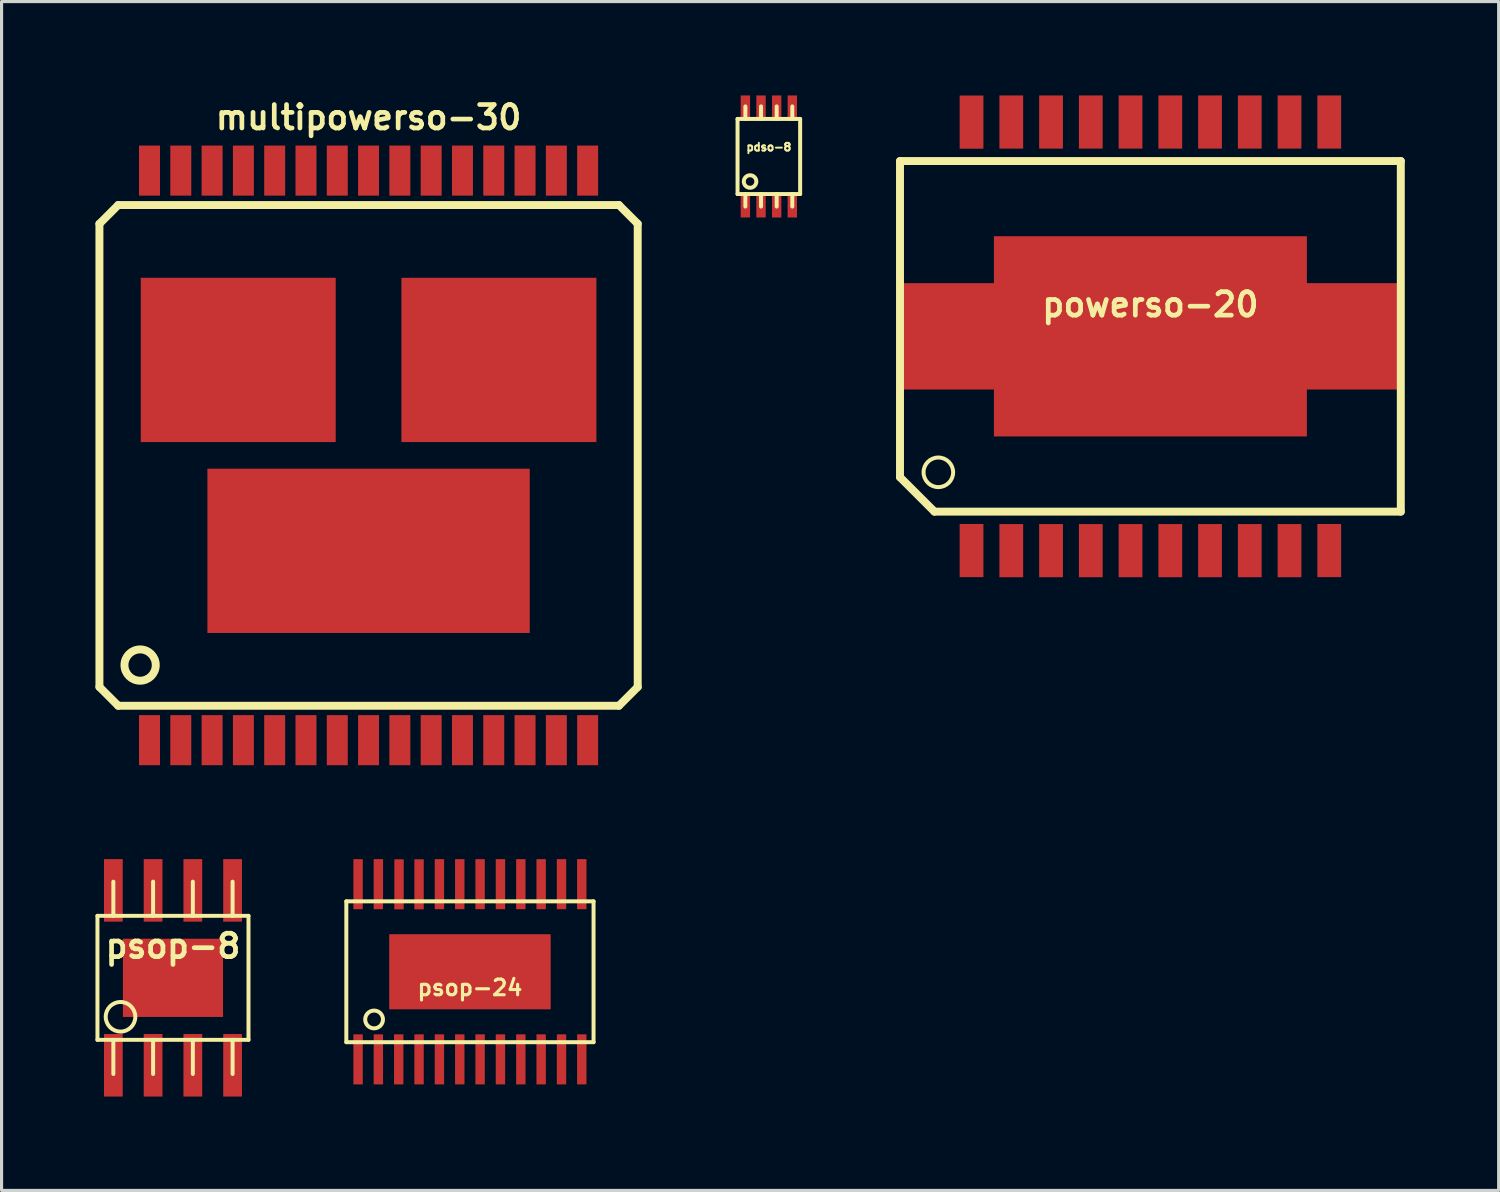
<source format=kicad_pcb>
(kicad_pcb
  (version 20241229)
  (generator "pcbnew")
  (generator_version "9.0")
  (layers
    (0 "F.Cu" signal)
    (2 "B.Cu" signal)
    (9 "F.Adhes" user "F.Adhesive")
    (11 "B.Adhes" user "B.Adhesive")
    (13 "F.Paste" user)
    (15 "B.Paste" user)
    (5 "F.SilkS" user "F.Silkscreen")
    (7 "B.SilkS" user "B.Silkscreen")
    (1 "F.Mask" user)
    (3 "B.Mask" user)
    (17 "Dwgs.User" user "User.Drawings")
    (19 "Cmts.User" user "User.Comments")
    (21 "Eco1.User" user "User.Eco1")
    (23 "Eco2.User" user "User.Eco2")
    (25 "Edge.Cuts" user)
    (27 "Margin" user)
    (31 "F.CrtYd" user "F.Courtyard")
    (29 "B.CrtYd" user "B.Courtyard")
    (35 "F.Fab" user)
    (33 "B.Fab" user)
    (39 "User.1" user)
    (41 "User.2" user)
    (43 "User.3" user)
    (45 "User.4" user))
  (footprint "powerso-20"
    (layer "F.Cu")
    (at 33.709 7.697)
    (property "Reference" "powerso-20" (at 0 -1.016 0) (layer "F.SilkS") (effects (font (size 0.749 0.749) (thickness 0.15))))
    (attr through_hole)
    (fp_line (start -8.001 -5.601) (end 8.001 -5.601) (stroke (width 0.254) (type solid)) (layer "F.SilkS"))
    (fp_line (start -8.001 4.501) (end -8.001 -5.601) (stroke (width 0.254) (type solid)) (layer "F.SilkS"))
    (fp_line (start -6.901 5.601) (end -8.001 4.501) (stroke (width 0.254) (type solid)) (layer "F.SilkS"))
    (fp_line (start -6.901 5.601) (end 8.001 5.601) (stroke (width 0.254) (type solid)) (layer "F.SilkS"))
    (fp_line (start 8.001 -5.601) (end 8.001 5.601) (stroke (width 0.254) (type solid)) (layer "F.SilkS"))
    (fp_circle (center -6.776 4.345) (end -7.056 4.726) (stroke (width 0.127) (type solid)) (fill no) (layer "F.SilkS"))
    (pad "1" smd rect (at -5.715 6.845) (size 0.759 1.699) (layers "F.Cu" "F.Mask" "F.Paste"))
    (pad "2" smd rect (at -4.445 6.848) (size 0.759 1.699) (layers "F.Cu" "F.Mask" "F.Paste"))
    (pad "3" smd rect (at -3.175 6.848) (size 0.759 1.699) (layers "F.Cu" "F.Mask" "F.Paste"))
    (pad "4" smd rect (at -1.905 6.848) (size 0.759 1.699) (layers "F.Cu" "F.Mask" "F.Paste"))
    (pad "5" smd rect (at -0.635 6.848) (size 0.759 1.699) (layers "F.Cu" "F.Mask" "F.Paste"))
    (pad "6" smd rect (at 0.635 6.848) (size 0.759 1.699) (layers "F.Cu" "F.Mask" "F.Paste"))
    (pad "7" smd rect (at 1.905 6.848) (size 0.759 1.699) (layers "F.Cu" "F.Mask" "F.Paste"))
    (pad "8" smd rect (at 3.175 6.848) (size 0.759 1.699) (layers "F.Cu" "F.Mask" "F.Paste"))
    (pad "9" smd rect (at 4.445 6.848) (size 0.759 1.699) (layers "F.Cu" "F.Mask" "F.Paste"))
    (pad "10" smd rect (at 5.715 6.845) (size 0.759 1.699) (layers "F.Cu" "F.Mask" "F.Paste"))
    (pad "11" smd rect (at 5.715 -6.848) (size 0.759 1.699) (layers "F.Cu" "F.Mask" "F.Paste"))
    (pad "12" smd rect (at 4.445 -6.848) (size 0.759 1.699) (layers "F.Cu" "F.Mask" "F.Paste"))
    (pad "13" smd rect (at 3.175 -6.848) (size 0.759 1.699) (layers "F.Cu" "F.Mask" "F.Paste"))
    (pad "14" smd rect (at 1.905 -6.848) (size 0.759 1.699) (layers "F.Cu" "F.Mask" "F.Paste"))
    (pad "15" smd rect (at 0.635 -6.848) (size 0.759 1.699) (layers "F.Cu" "F.Mask" "F.Paste"))
    (pad "16" smd rect (at -0.635 -6.848) (size 0.759 1.699) (layers "F.Cu" "F.Mask" "F.Paste"))
    (pad "17" smd rect (at -1.905 -6.848) (size 0.759 1.699) (layers "F.Cu" "F.Mask" "F.Paste"))
    (pad "18" smd rect (at -3.175 -6.848) (size 0.759 1.699) (layers "F.Cu" "F.Mask" "F.Paste"))
    (pad "19" smd rect (at -4.445 -6.848) (size 0.759 1.699) (layers "F.Cu" "F.Mask" "F.Paste"))
    (pad "20" smd rect (at -5.715 -6.845) (size 0.759 1.699) (layers "F.Cu" "F.Mask" "F.Paste"))
    (pad "21" smd rect (at 0 0) (size 10 6.398) (layers "F.Cu" "F.Mask" "F.Paste"))
    (pad "21" smd rect (at 0 0) (size 16.099 3.399) (layers "F.Cu" "F.Mask" "F.Paste")))
  (footprint "psop-8"
    (layer "F.Cu")
    (at 2.477 28.195)
    (property "Reference" "psop-8" (at 0 -1.016 0) (layer "F.SilkS") (effects (font (size 0.749 0.749) (thickness 0.15))))
    (attr through_hole)
    (fp_line (start -2.413 -1.981) (end -2.413 1.981) (stroke (width 0.127) (type solid)) (layer "F.SilkS"))
    (fp_line (start -2.413 1.981) (end 2.413 1.981) (stroke (width 0.127) (type solid)) (layer "F.SilkS"))
    (fp_line (start -1.905 -1.981) (end -1.905 -3.073) (stroke (width 0.127) (type solid)) (layer "F.SilkS"))
    (fp_line (start -1.905 3.073) (end -1.905 1.981) (stroke (width 0.127) (type solid)) (layer "F.SilkS"))
    (fp_line (start -0.635 -1.981) (end -0.635 -3.073) (stroke (width 0.127) (type solid)) (layer "F.SilkS"))
    (fp_line (start -0.635 3.073) (end -0.635 1.981) (stroke (width 0.127) (type solid)) (layer "F.SilkS"))
    (fp_line (start 0.635 -1.981) (end 0.635 -3.073) (stroke (width 0.127) (type solid)) (layer "F.SilkS"))
    (fp_line (start 0.635 3.073) (end 0.635 1.981) (stroke (width 0.127) (type solid)) (layer "F.SilkS"))
    (fp_line (start 1.905 -3.073) (end 1.905 -1.981) (stroke (width 0.127) (type solid)) (layer "F.SilkS"))
    (fp_line (start 1.905 1.981) (end 1.905 3.073) (stroke (width 0.127) (type solid)) (layer "F.SilkS"))
    (fp_line (start 2.413 -1.981) (end -2.413 -1.981) (stroke (width 0.127) (type solid)) (layer "F.SilkS"))
    (fp_line (start 2.413 1.981) (end 2.413 -1.981) (stroke (width 0.127) (type solid)) (layer "F.SilkS"))
    (fp_circle (center -1.676 1.245) (end -1.956 1.626) (stroke (width 0.127) (type solid)) (fill no) (layer "F.SilkS"))
    (pad "1" smd rect (at -1.905 2.794) (size 0.599 1.999) (layers "F.Cu" "F.Mask" "F.Paste"))
    (pad "2" smd rect (at -0.635 2.794) (size 0.599 1.999) (layers "F.Cu" "F.Mask" "F.Paste"))
    (pad "3" smd rect (at 0.635 2.794) (size 0.599 1.999) (layers "F.Cu" "F.Mask" "F.Paste"))
    (pad "4" smd rect (at 1.905 2.794) (size 0.599 1.999) (layers "F.Cu" "F.Mask" "F.Paste"))
    (pad "5" smd rect (at 1.905 -2.794) (size 0.599 1.999) (layers "F.Cu" "F.Mask" "F.Paste"))
    (pad "6" smd rect (at 0.635 -2.794) (size 0.599 1.999) (layers "F.Cu" "F.Mask" "F.Paste"))
    (pad "7" smd rect (at -0.635 -2.794) (size 0.599 1.999) (layers "F.Cu" "F.Mask" "F.Paste"))
    (pad "8" smd rect (at -1.905 -2.794) (size 0.599 1.999) (layers "F.Cu" "F.Mask" "F.Paste"))
    (pad "9" smd rect (at 0 0) (size 3.2 2.499) (layers "F.Cu" "F.Mask" "F.Paste")))
  (footprint "psop-24"
    (layer "F.Cu")
    (at 11.966 28.001)
    (property "Reference" "psop-24" (at 0 0.508 0) (layer "F.SilkS") (effects (font (size 0.5 0.5) (thickness 0.099))))
    (attr through_hole)
    (fp_line (start -3.95 -2.25) (end -3.95 2.25) (stroke (width 0.127) (type solid)) (layer "F.SilkS"))
    (fp_line (start -3.95 2.25) (end 3.95 2.25) (stroke (width 0.127) (type solid)) (layer "F.SilkS"))
    (fp_line (start 3.95 -2.25) (end -3.95 -2.25) (stroke (width 0.127) (type solid)) (layer "F.SilkS"))
    (fp_line (start 3.95 2.25) (end 3.95 -2.25) (stroke (width 0.127) (type solid)) (layer "F.SilkS"))
    (fp_circle (center -3.063 1.524) (end -3.19 1.778) (stroke (width 0.127) (type solid)) (fill no) (layer "F.SilkS"))
    (pad "1" smd rect (at -3.574 2.799) (size 0.3 1.6) (layers "F.Cu" "F.Mask" "F.Paste"))
    (pad "2" smd rect (at -2.926 2.799) (size 0.3 1.6) (layers "F.Cu" "F.Mask" "F.Paste"))
    (pad "3" smd rect (at -2.276 2.799) (size 0.3 1.6) (layers "F.Cu" "F.Mask" "F.Paste"))
    (pad "4" smd rect (at -1.626 2.799) (size 0.3 1.6) (layers "F.Cu" "F.Mask" "F.Paste"))
    (pad "5" smd rect (at -0.975 2.799) (size 0.3 1.6) (layers "F.Cu" "F.Mask" "F.Paste"))
    (pad "6" smd rect (at -0.325 2.799) (size 0.3 1.6) (layers "F.Cu" "F.Mask" "F.Paste"))
    (pad "7" smd rect (at 0.325 2.799) (size 0.3 1.6) (layers "F.Cu" "F.Mask" "F.Paste"))
    (pad "8" smd rect (at 0.975 2.799) (size 0.3 1.6) (layers "F.Cu" "F.Mask" "F.Paste"))
    (pad "9" smd rect (at 1.626 2.799) (size 0.3 1.6) (layers "F.Cu" "F.Mask" "F.Paste"))
    (pad "10" smd rect (at 2.276 2.799) (size 0.3 1.6) (layers "F.Cu" "F.Mask" "F.Paste"))
    (pad "11" smd rect (at 2.926 2.799) (size 0.3 1.6) (layers "F.Cu" "F.Mask" "F.Paste"))
    (pad "12" smd rect (at 3.574 2.799) (size 0.3 1.6) (layers "F.Cu" "F.Mask" "F.Paste"))
    (pad "13" smd rect (at 3.574 -2.799) (size 0.3 1.6) (layers "F.Cu" "F.Mask" "F.Paste"))
    (pad "14" smd rect (at 2.926 -2.799) (size 0.3 1.6) (layers "F.Cu" "F.Mask" "F.Paste"))
    (pad "15" smd rect (at 2.276 -2.799) (size 0.3 1.6) (layers "F.Cu" "F.Mask" "F.Paste"))
    (pad "16" smd rect (at 1.626 -2.799) (size 0.3 1.6) (layers "F.Cu" "F.Mask" "F.Paste"))
    (pad "17" smd rect (at 0.975 -2.799) (size 0.3 1.6) (layers "F.Cu" "F.Mask" "F.Paste"))
    (pad "18" smd rect (at 0.325 -2.799) (size 0.3 1.6) (layers "F.Cu" "F.Mask" "F.Paste"))
    (pad "19" smd rect (at -0.325 -2.799) (size 0.3 1.6) (layers "F.Cu" "F.Mask" "F.Paste"))
    (pad "20" smd rect (at -0.975 -2.799) (size 0.3 1.6) (layers "F.Cu" "F.Mask" "F.Paste"))
    (pad "21" smd rect (at -1.626 -2.794) (size 0.3 1.6) (layers "F.Cu" "F.Mask" "F.Paste"))
    (pad "22" smd rect (at -2.266 -2.794) (size 0.3 1.6) (layers "F.Cu" "F.Mask" "F.Paste"))
    (pad "23" smd rect (at -2.926 -2.799) (size 0.3 1.6) (layers "F.Cu" "F.Mask" "F.Paste"))
    (pad "24" smd rect (at -3.574 -2.799) (size 0.3 1.6) (layers "F.Cu" "F.Mask" "F.Paste"))
    (pad "25" smd rect (at 0 0) (size 5.159 2.4) (layers "F.Cu" "F.Mask" "F.Paste")))
  (footprint "pdso-8"
    (layer "F.Cu")
    (at 21.517 1.95)
    (property "Reference" "pdso-8" (at 0 -0.3 0) (layer "F.SilkS") (effects (font (size 0.249 0.249) (thickness 0.061))))
    (attr through_hole)
    (fp_line (start -1 -1.2) (end 1 -1.2) (stroke (width 0.127) (type solid)) (layer "F.SilkS"))
    (fp_line (start -1 1.2) (end -1 -1.2) (stroke (width 0.127) (type solid)) (layer "F.SilkS"))
    (fp_line (start -0.75 -1.6) (end -0.75 -1.2) (stroke (width 0.127) (type solid)) (layer "F.SilkS"))
    (fp_line (start -0.75 1.2) (end -0.75 1.6) (stroke (width 0.127) (type solid)) (layer "F.SilkS"))
    (fp_line (start -0.25 -1.6) (end -0.25 -1.2) (stroke (width 0.127) (type solid)) (layer "F.SilkS"))
    (fp_line (start -0.25 1.2) (end -0.25 1.6) (stroke (width 0.127) (type solid)) (layer "F.SilkS"))
    (fp_line (start 0.25 -1.6) (end 0.25 -1.2) (stroke (width 0.127) (type solid)) (layer "F.SilkS"))
    (fp_line (start 0.25 1.2) (end 0.25 1.6) (stroke (width 0.127) (type solid)) (layer "F.SilkS"))
    (fp_line (start 0.75 -1.6) (end 0.75 -1.2) (stroke (width 0.127) (type solid)) (layer "F.SilkS"))
    (fp_line (start 0.75 1.2) (end 0.75 1.6) (stroke (width 0.127) (type solid)) (layer "F.SilkS"))
    (fp_line (start 1 -1.2) (end 1 1.2) (stroke (width 0.127) (type solid)) (layer "F.SilkS"))
    (fp_line (start 1 1.2) (end -1 1.2) (stroke (width 0.127) (type solid)) (layer "F.SilkS"))
    (fp_circle (center -0.6 0.8) (end -0.8 0.8) (stroke (width 0.127) (type solid)) (fill no) (layer "F.SilkS"))
    (pad "1" smd rect (at -0.75 1.55) (size 0.3 0.8) (layers "F.Cu" "F.Mask" "F.Paste"))
    (pad "2" smd rect (at -0.25 1.55) (size 0.3 0.8) (layers "F.Cu" "F.Mask" "F.Paste"))
    (pad "3" smd rect (at 0.25 1.55) (size 0.3 0.8) (layers "F.Cu" "F.Mask" "F.Paste"))
    (pad "4" smd rect (at 0.75 1.55) (size 0.3 0.8) (layers "F.Cu" "F.Mask" "F.Paste"))
    (pad "5" smd rect (at 0.75 -1.55) (size 0.3 0.8) (layers "F.Cu" "F.Mask" "F.Paste"))
    (pad "6" smd rect (at 0.25 -1.55) (size 0.3 0.8) (layers "F.Cu" "F.Mask" "F.Paste"))
    (pad "7" smd rect (at -0.25 -1.55) (size 0.3 0.8) (layers "F.Cu" "F.Mask" "F.Paste"))
    (pad "8" smd rect (at -0.75 -1.55) (size 0.3 0.8) (layers "F.Cu" "F.Mask" "F.Paste")))
  (footprint "multipowerso-30"
    (layer "F.Cu")
    (at 8.727 11.501)
    (property "Reference" "multipowerso-30" (at 0 -10.8 0) (layer "F.SilkS") (effects (font (size 0.749 0.749) (thickness 0.15))))
    (attr through_hole)
    (fp_line (start -8.6 -7.4) (end -8.6 7.4) (stroke (width 0.254) (type solid)) (layer "F.SilkS"))
    (fp_line (start -8.6 -7.4) (end -8 -8) (stroke (width 0.254) (type solid)) (layer "F.SilkS"))
    (fp_line (start -8.6 7.4) (end -8 8) (stroke (width 0.254) (type solid)) (layer "F.SilkS"))
    (fp_line (start -8 -8) (end 8 -8) (stroke (width 0.254) (type solid)) (layer "F.SilkS"))
    (fp_line (start -8 8) (end 8 8) (stroke (width 0.254) (type solid)) (layer "F.SilkS"))
    (fp_line (start 8 -8) (end 8.6 -7.4) (stroke (width 0.254) (type solid)) (layer "F.SilkS"))
    (fp_line (start 8 8) (end 8.6 7.4) (stroke (width 0.254) (type solid)) (layer "F.SilkS"))
    (fp_line (start 8.6 -7.4) (end 8.6 7.4) (stroke (width 0.254) (type solid)) (layer "F.SilkS"))
    (fp_circle (center -7.3 6.7) (end -6.8 6.7) (stroke (width 0.254) (type solid)) (fill no) (layer "F.SilkS"))
    (pad "1" smd rect (at -7 9.1) (size 0.67 1.6) (layers "F.Cu" "F.Mask" "F.Paste"))
    (pad "2" smd rect (at -6 9.1) (size 0.67 1.6) (layers "F.Cu" "F.Mask" "F.Paste"))
    (pad "3" smd rect (at -5 9.1) (size 0.67 1.6) (layers "F.Cu" "F.Mask" "F.Paste"))
    (pad "4" smd rect (at -4 9.1) (size 0.67 1.6) (layers "F.Cu" "F.Mask" "F.Paste"))
    (pad "5" smd rect (at -3 9.1) (size 0.67 1.6) (layers "F.Cu" "F.Mask" "F.Paste"))
    (pad "6" smd rect (at -2 9.1) (size 0.67 1.6) (layers "F.Cu" "F.Mask" "F.Paste"))
    (pad "7" smd rect (at -1 9.1) (size 0.67 1.6) (layers "F.Cu" "F.Mask" "F.Paste"))
    (pad "8" smd rect (at 0 9.1) (size 0.67 1.6) (layers "F.Cu" "F.Mask" "F.Paste"))
    (pad "9" smd rect (at 1 9.1) (size 0.67 1.6) (layers "F.Cu" "F.Mask" "F.Paste"))
    (pad "10" smd rect (at 2 9.1) (size 0.67 1.6) (layers "F.Cu" "F.Mask" "F.Paste"))
    (pad "11" smd rect (at 3 9.1) (size 0.67 1.6) (layers "F.Cu" "F.Mask" "F.Paste"))
    (pad "12" smd rect (at 4 9.1) (size 0.67 1.6) (layers "F.Cu" "F.Mask" "F.Paste"))
    (pad "13" smd rect (at 5 9.1) (size 0.67 1.6) (layers "F.Cu" "F.Mask" "F.Paste"))
    (pad "14" smd rect (at 6 9.1) (size 0.67 1.6) (layers "F.Cu" "F.Mask" "F.Paste"))
    (pad "15" smd rect (at 7 9.1) (size 0.67 1.6) (layers "F.Cu" "F.Mask" "F.Paste"))
    (pad "16" smd rect (at 7 -9.1) (size 0.67 1.6) (layers "F.Cu" "F.Mask" "F.Paste"))
    (pad "17" smd rect (at 6 -9.1) (size 0.67 1.6) (layers "F.Cu" "F.Mask" "F.Paste"))
    (pad "18" smd rect (at 5 -9.1) (size 0.67 1.6) (layers "F.Cu" "F.Mask" "F.Paste"))
    (pad "19" smd rect (at 4 -9.1) (size 0.67 1.6) (layers "F.Cu" "F.Mask" "F.Paste"))
    (pad "20" smd rect (at 3 -9.1) (size 0.67 1.6) (layers "F.Cu" "F.Mask" "F.Paste"))
    (pad "21" smd rect (at 2 -9.1) (size 0.67 1.6) (layers "F.Cu" "F.Mask" "F.Paste"))
    (pad "22" smd rect (at 1 -9.1) (size 0.67 1.6) (layers "F.Cu" "F.Mask" "F.Paste"))
    (pad "23" smd rect (at 0 -9.1) (size 0.67 1.6) (layers "F.Cu" "F.Mask" "F.Paste"))
    (pad "24" smd rect (at -1 -9.1) (size 0.67 1.6) (layers "F.Cu" "F.Mask" "F.Paste"))
    (pad "25" smd rect (at -2 -9.1) (size 0.67 1.6) (layers "F.Cu" "F.Mask" "F.Paste"))
    (pad "26" smd rect (at -3 -9.1) (size 0.67 1.6) (layers "F.Cu" "F.Mask" "F.Paste"))
    (pad "27" smd rect (at -4 -9.1) (size 0.67 1.6) (layers "F.Cu" "F.Mask" "F.Paste"))
    (pad "28" smd rect (at -5 -9.1) (size 0.67 1.6) (layers "F.Cu" "F.Mask" "F.Paste"))
    (pad "29" smd rect (at -6 -9.1) (size 0.67 1.6) (layers "F.Cu" "F.Mask" "F.Paste"))
    (pad "30" smd rect (at -7 -9.1) (size 0.67 1.6) (layers "F.Cu" "F.Mask" "F.Paste"))
    (pad "31" smd rect (at 0 3.05) (size 10.3 5.25) (layers "F.Cu" "F.Mask" "F.Paste"))
    (pad "32" smd rect (at 4.165 -3.05) (size 6.23 5.25) (layers "F.Cu" "F.Mask" "F.Paste"))
    (pad "33" smd rect (at -4.165 -3.05) (size 6.23 5.25) (layers "F.Cu" "F.Mask" "F.Paste")))
  (gr_rect
    (start -3 -3)
    (end 44.837 34.988)
    (stroke (width 0.1) (type default))
    (fill no)
    (layer "Edge.Cuts")))
</source>
